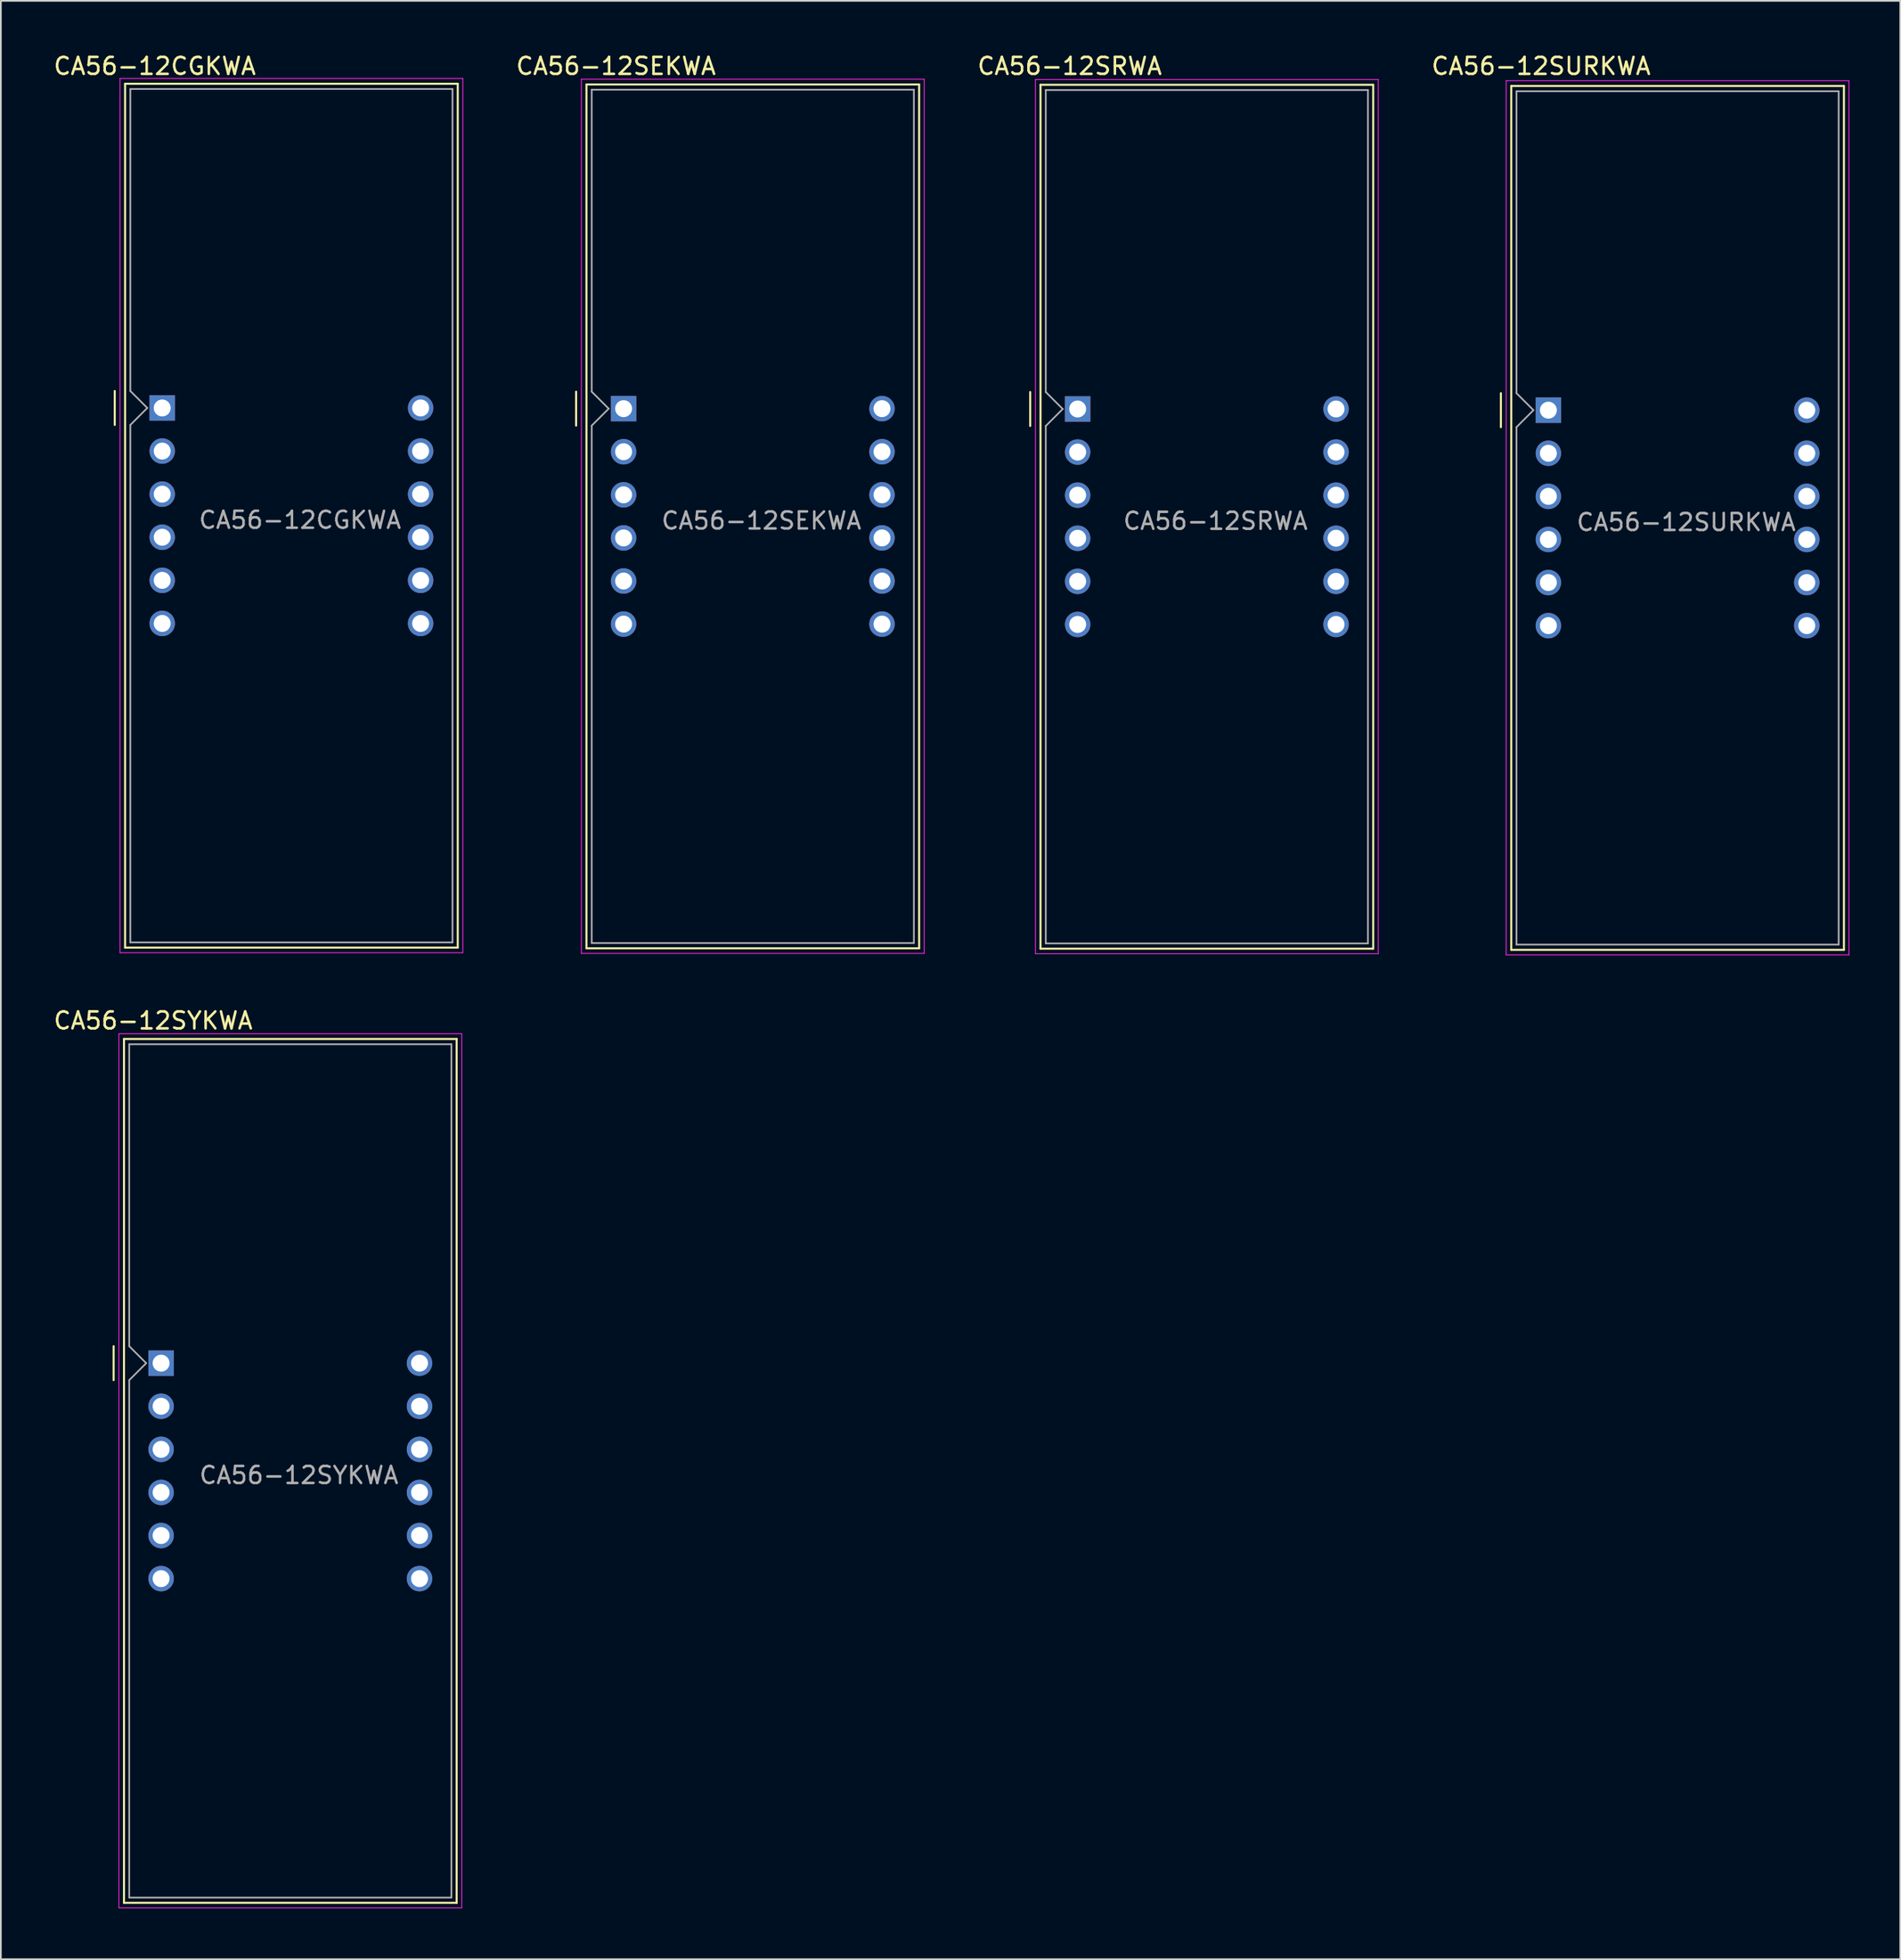
<source format=kicad_pcb>
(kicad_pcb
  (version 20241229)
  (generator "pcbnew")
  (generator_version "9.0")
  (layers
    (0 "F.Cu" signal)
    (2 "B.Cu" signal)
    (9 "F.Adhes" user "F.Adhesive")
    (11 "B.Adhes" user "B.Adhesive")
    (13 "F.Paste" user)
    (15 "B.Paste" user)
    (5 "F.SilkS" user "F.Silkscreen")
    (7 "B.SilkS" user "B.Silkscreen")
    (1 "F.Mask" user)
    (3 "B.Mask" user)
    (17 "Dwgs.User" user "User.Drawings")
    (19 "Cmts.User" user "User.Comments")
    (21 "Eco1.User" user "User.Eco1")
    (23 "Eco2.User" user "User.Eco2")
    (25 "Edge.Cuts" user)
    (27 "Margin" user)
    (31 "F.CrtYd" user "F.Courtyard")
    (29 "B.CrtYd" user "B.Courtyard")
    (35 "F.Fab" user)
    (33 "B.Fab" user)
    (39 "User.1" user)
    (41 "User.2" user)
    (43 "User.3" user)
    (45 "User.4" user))
  (footprint "CA56-12CGKWA"
    (layer "F.Cu")
    (at 6.517 20.998)
    (property "Reference" "CA56-12CGKWA" (at -0.44 -20.15 0) (layer "F.SilkS") (effects (font (size 1 1) (thickness 0.15))))
    (attr through_hole)
    (fp_line (start -2.8 -1) (end -2.8 1) (stroke (width 0.12) (type solid)) (layer "F.SilkS"))
    (fp_line (start -2.19 -19.11) (end -2.19 31.81) (stroke (width 0.12) (type solid)) (layer "F.SilkS"))
    (fp_line (start -2.19 -19.11) (end 17.43 -19.11) (stroke (width 0.12) (type solid)) (layer "F.SilkS"))
    (fp_line (start -2.19 31.81) (end 17.43 31.81) (stroke (width 0.12) (type solid)) (layer "F.SilkS"))
    (fp_line (start 17.43 31.81) (end 17.43 -19.11) (stroke (width 0.12) (type solid)) (layer "F.SilkS"))
    (fp_line (start -2.49 -19.42) (end 17.73 -19.42) (stroke (width 0.05) (type solid)) (layer "F.CrtYd"))
    (fp_line (start -2.49 32.11) (end -2.49 -19.42) (stroke (width 0.05) (type solid)) (layer "F.CrtYd"))
    (fp_line (start 17.73 -19.42) (end 17.73 32.11) (stroke (width 0.05) (type solid)) (layer "F.CrtYd"))
    (fp_line (start 17.73 32.11) (end -2.49 32.11) (stroke (width 0.05) (type solid)) (layer "F.CrtYd"))
    (fp_line (start -1.88 -18.8) (end 17.12 -18.8) (stroke (width 0.1) (type solid)) (layer "F.Fab"))
    (fp_line (start -1.88 -1) (end -1.88 -18.8) (stroke (width 0.1) (type solid)) (layer "F.Fab"))
    (fp_line (start -1.88 1) (end -1.88 31.5) (stroke (width 0.1) (type solid)) (layer "F.Fab"))
    (fp_line (start -1.88 1) (end -0.88 0) (stroke (width 0.1) (type solid)) (layer "F.Fab"))
    (fp_line (start -1.88 31.5) (end 17.12 31.5) (stroke (width 0.1) (type solid)) (layer "F.Fab"))
    (fp_line (start -0.88 0) (end -1.88 -1) (stroke (width 0.1) (type solid)) (layer "F.Fab"))
    (fp_line (start 17.12 -18.8) (end 17.12 31.5) (stroke (width 0.1) (type solid)) (layer "F.Fab"))
    (fp_text user "${REFERENCE}" (at 8.128 6.604 0) (layer "F.Fab") (effects (font (size 1 1) (thickness 0.15))))
    (pad "1" thru_hole rect (at 0 0) (size 1.5 1.5) (drill 1) (layers "*.Cu" "*.Mask"))
    (pad "2" thru_hole circle (at 0 2.54) (size 1.5 1.5) (drill 1) (layers "*.Cu" "*.Mask"))
    (pad "3" thru_hole circle (at 0 5.08) (size 1.5 1.5) (drill 1) (layers "*.Cu" "*.Mask"))
    (pad "4" thru_hole circle (at 0 7.62) (size 1.5 1.5) (drill 1) (layers "*.Cu" "*.Mask"))
    (pad "5" thru_hole circle (at 0 10.16) (size 1.5 1.5) (drill 1) (layers "*.Cu" "*.Mask"))
    (pad "6" thru_hole circle (at 0 12.7) (size 1.5 1.5) (drill 1) (layers "*.Cu" "*.Mask"))
    (pad "7" thru_hole circle (at 15.24 12.7) (size 1.5 1.5) (drill 1) (layers "*.Cu" "*.Mask"))
    (pad "8" thru_hole circle (at 15.24 10.16) (size 1.5 1.5) (drill 1) (layers "*.Cu" "*.Mask"))
    (pad "9" thru_hole circle (at 15.24 7.62) (size 1.5 1.5) (drill 1) (layers "*.Cu" "*.Mask"))
    (pad "10" thru_hole circle (at 15.24 5.08) (size 1.5 1.5) (drill 1) (layers "*.Cu" "*.Mask"))
    (pad "11" thru_hole circle (at 15.24 2.54) (size 1.5 1.5) (drill 1) (layers "*.Cu" "*.Mask"))
    (pad "12" thru_hole circle (at 15.24 0) (size 1.5 1.5) (drill 1) (layers "*.Cu" "*.Mask")))
  (footprint "CA56-12SRWA"
    (layer "F.Cu")
    (at 60.507 21.058)
    (property "Reference" "CA56-12SRWA" (at -0.47 -20.21 0) (layer "F.SilkS") (effects (font (size 1 1) (thickness 0.15))))
    (attr through_hole)
    (fp_line (start -2.8 -1) (end -2.8 1) (stroke (width 0.12) (type solid)) (layer "F.SilkS"))
    (fp_line (start -2.19 -19.11) (end -2.19 31.81) (stroke (width 0.12) (type solid)) (layer "F.SilkS"))
    (fp_line (start -2.19 -19.11) (end 17.43 -19.11) (stroke (width 0.12) (type solid)) (layer "F.SilkS"))
    (fp_line (start -2.19 31.81) (end 17.43 31.81) (stroke (width 0.12) (type solid)) (layer "F.SilkS"))
    (fp_line (start 17.43 31.81) (end 17.43 -19.11) (stroke (width 0.12) (type solid)) (layer "F.SilkS"))
    (fp_line (start -2.49 -19.42) (end 17.73 -19.42) (stroke (width 0.05) (type solid)) (layer "F.CrtYd"))
    (fp_line (start -2.49 32.11) (end -2.49 -19.42) (stroke (width 0.05) (type solid)) (layer "F.CrtYd"))
    (fp_line (start 17.73 -19.42) (end 17.73 32.11) (stroke (width 0.05) (type solid)) (layer "F.CrtYd"))
    (fp_line (start 17.73 32.11) (end -2.49 32.11) (stroke (width 0.05) (type solid)) (layer "F.CrtYd"))
    (fp_line (start -1.88 -18.8) (end 17.12 -18.8) (stroke (width 0.1) (type solid)) (layer "F.Fab"))
    (fp_line (start -1.88 -1) (end -1.88 -18.8) (stroke (width 0.1) (type solid)) (layer "F.Fab"))
    (fp_line (start -1.88 1) (end -1.88 31.5) (stroke (width 0.1) (type solid)) (layer "F.Fab"))
    (fp_line (start -1.88 1) (end -0.88 0) (stroke (width 0.1) (type solid)) (layer "F.Fab"))
    (fp_line (start -1.88 31.5) (end 17.12 31.5) (stroke (width 0.1) (type solid)) (layer "F.Fab"))
    (fp_line (start -0.88 0) (end -1.88 -1) (stroke (width 0.1) (type solid)) (layer "F.Fab"))
    (fp_line (start 17.12 -18.8) (end 17.12 31.5) (stroke (width 0.1) (type solid)) (layer "F.Fab"))
    (fp_text user "${REFERENCE}" (at 8.128 6.604 0) (layer "F.Fab") (effects (font (size 1 1) (thickness 0.15))))
    (pad "1" thru_hole rect (at 0 0) (size 1.5 1.5) (drill 1) (layers "*.Cu" "*.Mask"))
    (pad "2" thru_hole circle (at 0 2.54) (size 1.5 1.5) (drill 1) (layers "*.Cu" "*.Mask"))
    (pad "3" thru_hole circle (at 0 5.08) (size 1.5 1.5) (drill 1) (layers "*.Cu" "*.Mask"))
    (pad "4" thru_hole circle (at 0 7.62) (size 1.5 1.5) (drill 1) (layers "*.Cu" "*.Mask"))
    (pad "5" thru_hole circle (at 0 10.16) (size 1.5 1.5) (drill 1) (layers "*.Cu" "*.Mask"))
    (pad "6" thru_hole circle (at 0 12.7) (size 1.5 1.5) (drill 1) (layers "*.Cu" "*.Mask"))
    (pad "7" thru_hole circle (at 15.24 12.7) (size 1.5 1.5) (drill 1) (layers "*.Cu" "*.Mask"))
    (pad "8" thru_hole circle (at 15.24 10.16) (size 1.5 1.5) (drill 1) (layers "*.Cu" "*.Mask"))
    (pad "9" thru_hole circle (at 15.24 7.62) (size 1.5 1.5) (drill 1) (layers "*.Cu" "*.Mask"))
    (pad "10" thru_hole circle (at 15.24 5.08) (size 1.5 1.5) (drill 1) (layers "*.Cu" "*.Mask"))
    (pad "11" thru_hole circle (at 15.24 2.54) (size 1.5 1.5) (drill 1) (layers "*.Cu" "*.Mask"))
    (pad "12" thru_hole circle (at 15.24 0) (size 1.5 1.5) (drill 1) (layers "*.Cu" "*.Mask")))
  (footprint "CA56-12SEKWA"
    (layer "F.Cu")
    (at 33.728 21.038)
    (property "Reference" "CA56-12SEKWA" (at -0.45 -20.19 0) (layer "F.SilkS") (effects (font (size 1 1) (thickness 0.15))))
    (attr through_hole)
    (fp_line (start -2.8 -1) (end -2.8 1) (stroke (width 0.12) (type solid)) (layer "F.SilkS"))
    (fp_line (start -2.19 -19.11) (end -2.19 31.81) (stroke (width 0.12) (type solid)) (layer "F.SilkS"))
    (fp_line (start -2.19 -19.11) (end 17.43 -19.11) (stroke (width 0.12) (type solid)) (layer "F.SilkS"))
    (fp_line (start -2.19 31.81) (end 17.43 31.81) (stroke (width 0.12) (type solid)) (layer "F.SilkS"))
    (fp_line (start 17.43 31.81) (end 17.43 -19.11) (stroke (width 0.12) (type solid)) (layer "F.SilkS"))
    (fp_line (start -2.49 -19.42) (end 17.73 -19.42) (stroke (width 0.05) (type solid)) (layer "F.CrtYd"))
    (fp_line (start -2.49 32.11) (end -2.49 -19.42) (stroke (width 0.05) (type solid)) (layer "F.CrtYd"))
    (fp_line (start 17.73 -19.42) (end 17.73 32.11) (stroke (width 0.05) (type solid)) (layer "F.CrtYd"))
    (fp_line (start 17.73 32.11) (end -2.49 32.11) (stroke (width 0.05) (type solid)) (layer "F.CrtYd"))
    (fp_line (start -1.88 -18.8) (end 17.12 -18.8) (stroke (width 0.1) (type solid)) (layer "F.Fab"))
    (fp_line (start -1.88 -1) (end -1.88 -18.8) (stroke (width 0.1) (type solid)) (layer "F.Fab"))
    (fp_line (start -1.88 1) (end -1.88 31.5) (stroke (width 0.1) (type solid)) (layer "F.Fab"))
    (fp_line (start -1.88 1) (end -0.88 0) (stroke (width 0.1) (type solid)) (layer "F.Fab"))
    (fp_line (start -1.88 31.5) (end 17.12 31.5) (stroke (width 0.1) (type solid)) (layer "F.Fab"))
    (fp_line (start -0.88 0) (end -1.88 -1) (stroke (width 0.1) (type solid)) (layer "F.Fab"))
    (fp_line (start 17.12 -18.8) (end 17.12 31.5) (stroke (width 0.1) (type solid)) (layer "F.Fab"))
    (fp_text user "${REFERENCE}" (at 8.128 6.604 0) (layer "F.Fab") (effects (font (size 1 1) (thickness 0.15))))
    (pad "1" thru_hole rect (at 0 0) (size 1.5 1.5) (drill 1) (layers "*.Cu" "*.Mask"))
    (pad "2" thru_hole circle (at 0 2.54) (size 1.5 1.5) (drill 1) (layers "*.Cu" "*.Mask"))
    (pad "3" thru_hole circle (at 0 5.08) (size 1.5 1.5) (drill 1) (layers "*.Cu" "*.Mask"))
    (pad "4" thru_hole circle (at 0 7.62) (size 1.5 1.5) (drill 1) (layers "*.Cu" "*.Mask"))
    (pad "5" thru_hole circle (at 0 10.16) (size 1.5 1.5) (drill 1) (layers "*.Cu" "*.Mask"))
    (pad "6" thru_hole circle (at 0 12.7) (size 1.5 1.5) (drill 1) (layers "*.Cu" "*.Mask"))
    (pad "7" thru_hole circle (at 15.24 12.7) (size 1.5 1.5) (drill 1) (layers "*.Cu" "*.Mask"))
    (pad "8" thru_hole circle (at 15.24 10.16) (size 1.5 1.5) (drill 1) (layers "*.Cu" "*.Mask"))
    (pad "9" thru_hole circle (at 15.24 7.62) (size 1.5 1.5) (drill 1) (layers "*.Cu" "*.Mask"))
    (pad "10" thru_hole circle (at 15.24 5.08) (size 1.5 1.5) (drill 1) (layers "*.Cu" "*.Mask"))
    (pad "11" thru_hole circle (at 15.24 2.54) (size 1.5 1.5) (drill 1) (layers "*.Cu" "*.Mask"))
    (pad "12" thru_hole circle (at 15.24 0) (size 1.5 1.5) (drill 1) (layers "*.Cu" "*.Mask")))
  (footprint "CA56-12SURKWA"
    (layer "F.Cu")
    (at 88.269 21.128)
    (property "Reference" "CA56-12SURKWA" (at -0.43 -20.28 0) (layer "F.SilkS") (effects (font (size 1 1) (thickness 0.15))))
    (attr through_hole)
    (fp_line (start -2.8 -1) (end -2.8 1) (stroke (width 0.12) (type solid)) (layer "F.SilkS"))
    (fp_line (start -2.19 -19.11) (end -2.19 31.81) (stroke (width 0.12) (type solid)) (layer "F.SilkS"))
    (fp_line (start -2.19 -19.11) (end 17.43 -19.11) (stroke (width 0.12) (type solid)) (layer "F.SilkS"))
    (fp_line (start -2.19 31.81) (end 17.43 31.81) (stroke (width 0.12) (type solid)) (layer "F.SilkS"))
    (fp_line (start 17.43 31.81) (end 17.43 -19.11) (stroke (width 0.12) (type solid)) (layer "F.SilkS"))
    (fp_line (start -2.49 -19.42) (end 17.73 -19.42) (stroke (width 0.05) (type solid)) (layer "F.CrtYd"))
    (fp_line (start -2.49 32.11) (end -2.49 -19.42) (stroke (width 0.05) (type solid)) (layer "F.CrtYd"))
    (fp_line (start 17.73 -19.42) (end 17.73 32.11) (stroke (width 0.05) (type solid)) (layer "F.CrtYd"))
    (fp_line (start 17.73 32.11) (end -2.49 32.11) (stroke (width 0.05) (type solid)) (layer "F.CrtYd"))
    (fp_line (start -1.88 -18.8) (end 17.12 -18.8) (stroke (width 0.1) (type solid)) (layer "F.Fab"))
    (fp_line (start -1.88 -1) (end -1.88 -18.8) (stroke (width 0.1) (type solid)) (layer "F.Fab"))
    (fp_line (start -1.88 1) (end -1.88 31.5) (stroke (width 0.1) (type solid)) (layer "F.Fab"))
    (fp_line (start -1.88 1) (end -0.88 0) (stroke (width 0.1) (type solid)) (layer "F.Fab"))
    (fp_line (start -1.88 31.5) (end 17.12 31.5) (stroke (width 0.1) (type solid)) (layer "F.Fab"))
    (fp_line (start -0.88 0) (end -1.88 -1) (stroke (width 0.1) (type solid)) (layer "F.Fab"))
    (fp_line (start 17.12 -18.8) (end 17.12 31.5) (stroke (width 0.1) (type solid)) (layer "F.Fab"))
    (fp_text user "${REFERENCE}" (at 8.128 6.604 0) (layer "F.Fab") (effects (font (size 1 1) (thickness 0.15))))
    (pad "1" thru_hole rect (at 0 0) (size 1.5 1.5) (drill 1) (layers "*.Cu" "*.Mask"))
    (pad "2" thru_hole circle (at 0 2.54) (size 1.5 1.5) (drill 1) (layers "*.Cu" "*.Mask"))
    (pad "3" thru_hole circle (at 0 5.08) (size 1.5 1.5) (drill 1) (layers "*.Cu" "*.Mask"))
    (pad "4" thru_hole circle (at 0 7.62) (size 1.5 1.5) (drill 1) (layers "*.Cu" "*.Mask"))
    (pad "5" thru_hole circle (at 0 10.16) (size 1.5 1.5) (drill 1) (layers "*.Cu" "*.Mask"))
    (pad "6" thru_hole circle (at 0 12.7) (size 1.5 1.5) (drill 1) (layers "*.Cu" "*.Mask"))
    (pad "7" thru_hole circle (at 15.24 12.7) (size 1.5 1.5) (drill 1) (layers "*.Cu" "*.Mask"))
    (pad "8" thru_hole circle (at 15.24 10.16) (size 1.5 1.5) (drill 1) (layers "*.Cu" "*.Mask"))
    (pad "9" thru_hole circle (at 15.24 7.62) (size 1.5 1.5) (drill 1) (layers "*.Cu" "*.Mask"))
    (pad "10" thru_hole circle (at 15.24 5.08) (size 1.5 1.5) (drill 1) (layers "*.Cu" "*.Mask"))
    (pad "11" thru_hole circle (at 15.24 2.54) (size 1.5 1.5) (drill 1) (layers "*.Cu" "*.Mask"))
    (pad "12" thru_hole circle (at 15.24 0) (size 1.5 1.5) (drill 1) (layers "*.Cu" "*.Mask")))
  (footprint "CA56-12SYKWA"
    (layer "F.Cu")
    (at 6.452 77.302)
    (property "Reference" "CA56-12SYKWA" (at -0.47 -20.19 0) (layer "F.SilkS") (effects (font (size 1 1) (thickness 0.15))))
    (attr through_hole)
    (fp_line (start -2.8 -1) (end -2.8 1) (stroke (width 0.12) (type solid)) (layer "F.SilkS"))
    (fp_line (start -2.19 -19.11) (end -2.19 31.81) (stroke (width 0.12) (type solid)) (layer "F.SilkS"))
    (fp_line (start -2.19 -19.11) (end 17.43 -19.11) (stroke (width 0.12) (type solid)) (layer "F.SilkS"))
    (fp_line (start -2.19 31.81) (end 17.43 31.81) (stroke (width 0.12) (type solid)) (layer "F.SilkS"))
    (fp_line (start 17.43 31.81) (end 17.43 -19.11) (stroke (width 0.12) (type solid)) (layer "F.SilkS"))
    (fp_line (start -2.49 -19.42) (end 17.73 -19.42) (stroke (width 0.05) (type solid)) (layer "F.CrtYd"))
    (fp_line (start -2.49 32.11) (end -2.49 -19.42) (stroke (width 0.05) (type solid)) (layer "F.CrtYd"))
    (fp_line (start 17.73 -19.42) (end 17.73 32.11) (stroke (width 0.05) (type solid)) (layer "F.CrtYd"))
    (fp_line (start 17.73 32.11) (end -2.49 32.11) (stroke (width 0.05) (type solid)) (layer "F.CrtYd"))
    (fp_line (start -1.88 -18.8) (end 17.12 -18.8) (stroke (width 0.1) (type solid)) (layer "F.Fab"))
    (fp_line (start -1.88 -1) (end -1.88 -18.8) (stroke (width 0.1) (type solid)) (layer "F.Fab"))
    (fp_line (start -1.88 1) (end -1.88 31.5) (stroke (width 0.1) (type solid)) (layer "F.Fab"))
    (fp_line (start -1.88 1) (end -0.88 0) (stroke (width 0.1) (type solid)) (layer "F.Fab"))
    (fp_line (start -1.88 31.5) (end 17.12 31.5) (stroke (width 0.1) (type solid)) (layer "F.Fab"))
    (fp_line (start -0.88 0) (end -1.88 -1) (stroke (width 0.1) (type solid)) (layer "F.Fab"))
    (fp_line (start 17.12 -18.8) (end 17.12 31.5) (stroke (width 0.1) (type solid)) (layer "F.Fab"))
    (fp_text user "${REFERENCE}" (at 8.128 6.604 0) (layer "F.Fab") (effects (font (size 1 1) (thickness 0.15))))
    (pad "1" thru_hole rect (at 0 0) (size 1.5 1.5) (drill 1) (layers "*.Cu" "*.Mask"))
    (pad "2" thru_hole circle (at 0 2.54) (size 1.5 1.5) (drill 1) (layers "*.Cu" "*.Mask"))
    (pad "3" thru_hole circle (at 0 5.08) (size 1.5 1.5) (drill 1) (layers "*.Cu" "*.Mask"))
    (pad "4" thru_hole circle (at 0 7.62) (size 1.5 1.5) (drill 1) (layers "*.Cu" "*.Mask"))
    (pad "5" thru_hole circle (at 0 10.16) (size 1.5 1.5) (drill 1) (layers "*.Cu" "*.Mask"))
    (pad "6" thru_hole circle (at 0 12.7) (size 1.5 1.5) (drill 1) (layers "*.Cu" "*.Mask"))
    (pad "7" thru_hole circle (at 15.24 12.7) (size 1.5 1.5) (drill 1) (layers "*.Cu" "*.Mask"))
    (pad "8" thru_hole circle (at 15.24 10.16) (size 1.5 1.5) (drill 1) (layers "*.Cu" "*.Mask"))
    (pad "9" thru_hole circle (at 15.24 7.62) (size 1.5 1.5) (drill 1) (layers "*.Cu" "*.Mask"))
    (pad "10" thru_hole circle (at 15.24 5.08) (size 1.5 1.5) (drill 1) (layers "*.Cu" "*.Mask"))
    (pad "11" thru_hole circle (at 15.24 2.54) (size 1.5 1.5) (drill 1) (layers "*.Cu" "*.Mask"))
    (pad "12" thru_hole circle (at 15.24 0) (size 1.5 1.5) (drill 1) (layers "*.Cu" "*.Mask")))
  (gr_rect
    (start -3 -3)
    (end 109.024 112.436)
    (stroke (width 0.1) (type default))
    (fill no)
    (layer "Edge.Cuts")))
</source>
